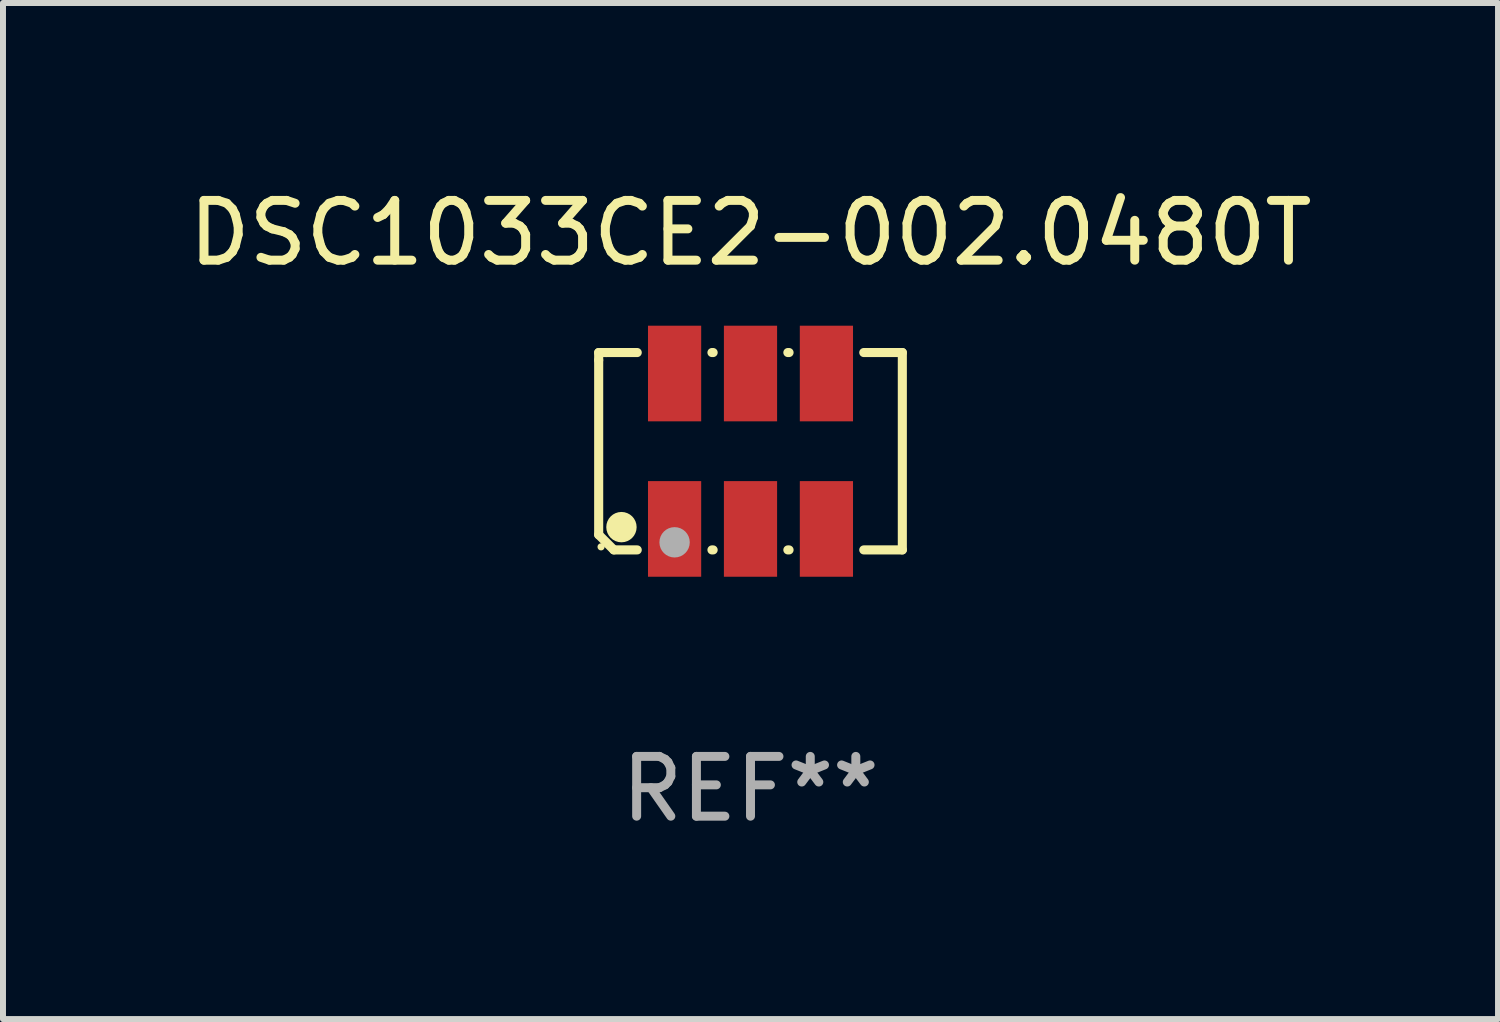
<source format=kicad_pcb>
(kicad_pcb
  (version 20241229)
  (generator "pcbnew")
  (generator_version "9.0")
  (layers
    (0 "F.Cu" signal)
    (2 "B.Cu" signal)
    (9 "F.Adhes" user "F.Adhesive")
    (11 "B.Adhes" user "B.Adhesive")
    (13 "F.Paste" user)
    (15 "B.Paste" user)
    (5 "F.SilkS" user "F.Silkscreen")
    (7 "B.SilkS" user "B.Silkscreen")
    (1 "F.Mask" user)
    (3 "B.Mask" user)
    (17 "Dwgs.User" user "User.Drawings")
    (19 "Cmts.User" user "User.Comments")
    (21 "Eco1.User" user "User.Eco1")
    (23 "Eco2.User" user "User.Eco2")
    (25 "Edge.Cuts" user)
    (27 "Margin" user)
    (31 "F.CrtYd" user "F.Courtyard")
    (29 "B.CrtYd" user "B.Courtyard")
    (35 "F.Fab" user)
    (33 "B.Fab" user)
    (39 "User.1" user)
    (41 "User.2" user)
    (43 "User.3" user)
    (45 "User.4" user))
  (footprint "DSC1033CE2-002.0480T"
    (layer "F.Cu")
    (at 9.506 4.499)
    (property "Reference" "DSC1033CE2-002.0480T" (at 0 -3.651 0) (layer "F.SilkS") (effects (font (size 1 1) (thickness 0.15))))
    (attr through_hole)
    (fp_line (start -2.54 -1.651) (end -2.413 -1.651) (stroke (width 0.152) (type solid)) (layer "F.SilkS"))
    (fp_line (start -2.54 -1.524) (end -2.54 -1.651) (stroke (width 0.152) (type solid)) (layer "F.SilkS"))
    (fp_line (start -2.54 1.397) (end -2.54 -1.524) (stroke (width 0.152) (type solid)) (layer "F.SilkS"))
    (fp_line (start -2.413 -1.651) (end -1.895 -1.651) (stroke (width 0.152) (type solid)) (layer "F.SilkS"))
    (fp_line (start -2.286 1.651) (end -2.54 1.397) (stroke (width 0.152) (type solid)) (layer "F.SilkS"))
    (fp_line (start -1.895 1.651) (end -2.286 1.651) (stroke (width 0.152) (type solid)) (layer "F.SilkS"))
    (fp_line (start -0.645 -1.651) (end -0.625 -1.651) (stroke (width 0.152) (type solid)) (layer "F.SilkS"))
    (fp_line (start -0.625 1.651) (end -0.645 1.651) (stroke (width 0.152) (type solid)) (layer "F.SilkS"))
    (fp_line (start 0.625 -1.651) (end 0.645 -1.651) (stroke (width 0.152) (type solid)) (layer "F.SilkS"))
    (fp_line (start 0.645 1.651) (end 0.625 1.651) (stroke (width 0.152) (type solid)) (layer "F.SilkS"))
    (fp_line (start 1.895 -1.651) (end 2.54 -1.651) (stroke (width 0.152) (type solid)) (layer "F.SilkS"))
    (fp_line (start 2.54 -1.651) (end 2.54 1.651) (stroke (width 0.152) (type solid)) (layer "F.SilkS"))
    (fp_line (start 2.54 1.651) (end 1.895 1.651) (stroke (width 0.152) (type solid)) (layer "F.SilkS"))
    (fp_circle (center -2.5 1.6) (end -2.47 1.6) (stroke (width 0.06) (type solid)) (fill no) (layer "F.SilkS"))
    (fp_circle (center -2.159 1.27) (end -2.032 1.27) (stroke (width 0.254) (type solid)) (fill no) (layer "F.SilkS"))
    (fp_circle (center -1.27 1.524) (end -1.143 1.524) (stroke (width 0.254) (type solid)) (fill no) (layer "F.Fab"))
    (fp_text user "REF**" (at 0 5.651 0) (layer "F.Fab") (effects (font (size 1 1) (thickness 0.15))))
    (pad "1" smd rect (at -1.27 1.3) (size 0.89 1.6) (layers "F.Cu" "F.Mask" "F.Paste"))
    (pad "2" smd rect (at 0 1.3) (size 0.89 1.6) (layers "F.Cu" "F.Mask" "F.Paste"))
    (pad "3" smd rect (at 1.27 1.3) (size 0.89 1.6) (layers "F.Cu" "F.Mask" "F.Paste"))
    (pad "4" smd rect (at 1.27 -1.3) (size 0.89 1.6) (layers "F.Cu" "F.Mask" "F.Paste"))
    (pad "5" smd rect (at 0 -1.3) (size 0.89 1.6) (layers "F.Cu" "F.Mask" "F.Paste"))
    (pad "6" smd rect (at -1.27 -1.3) (size 0.89 1.6) (layers "F.Cu" "F.Mask" "F.Paste")))
  (gr_rect
    (start -3 -3)
    (end 22.012 13.999)
    (stroke (width 0.1) (type default))
    (fill no)
    (layer "Edge.Cuts")))
</source>
